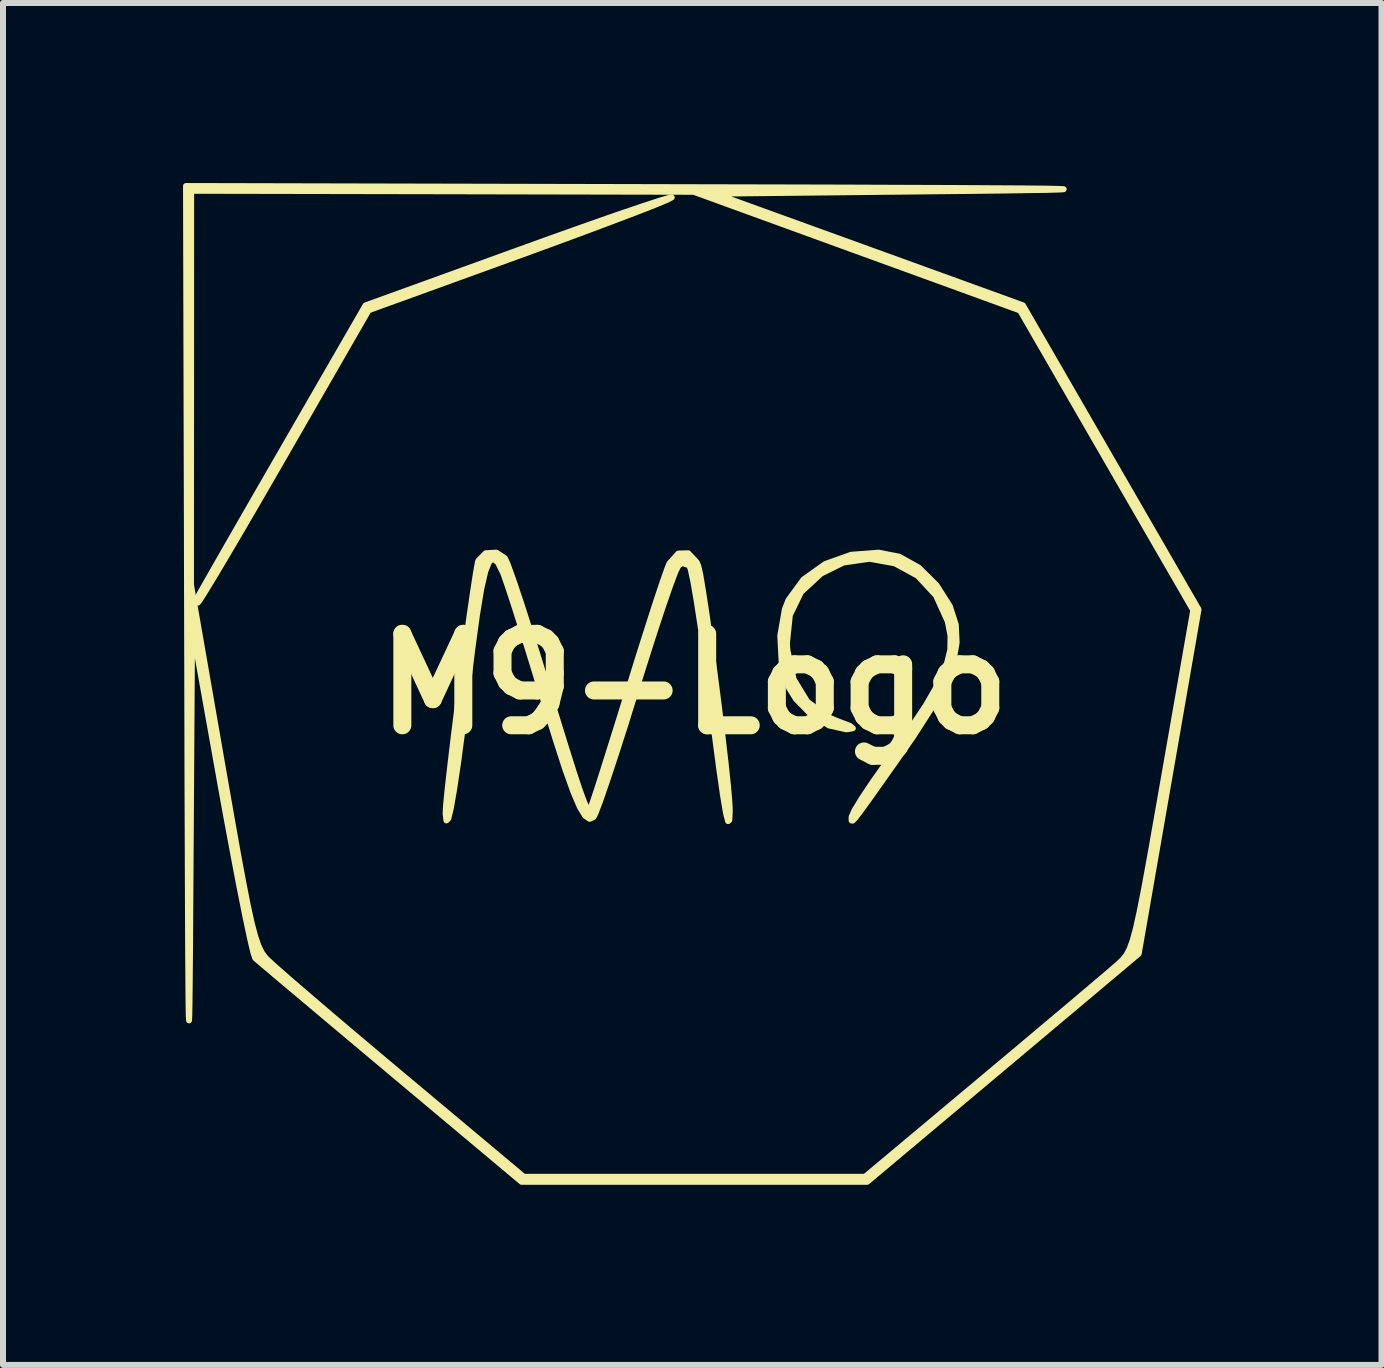
<source format=kicad_pcb>
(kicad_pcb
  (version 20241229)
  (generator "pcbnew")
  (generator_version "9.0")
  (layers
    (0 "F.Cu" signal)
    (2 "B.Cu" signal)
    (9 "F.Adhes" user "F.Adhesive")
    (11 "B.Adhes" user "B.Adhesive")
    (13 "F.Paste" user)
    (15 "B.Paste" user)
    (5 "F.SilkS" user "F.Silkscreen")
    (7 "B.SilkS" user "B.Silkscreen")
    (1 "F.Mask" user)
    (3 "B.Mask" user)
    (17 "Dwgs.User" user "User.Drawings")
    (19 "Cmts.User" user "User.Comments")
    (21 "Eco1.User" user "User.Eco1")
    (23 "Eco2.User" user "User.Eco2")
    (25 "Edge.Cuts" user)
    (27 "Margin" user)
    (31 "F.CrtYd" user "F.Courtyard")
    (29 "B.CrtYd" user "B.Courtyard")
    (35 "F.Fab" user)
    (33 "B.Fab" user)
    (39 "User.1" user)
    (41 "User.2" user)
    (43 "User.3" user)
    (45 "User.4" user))
  (footprint "M9-Logo"
    (layer "F.Cu")
    (at 8.517 8.347)
    (property "Reference" "M9-Logo" (at 0 0 0) (layer "F.SilkS") (effects (font (size 1.524 1.524) (thickness 0.3))))
    (attr through_hole)
    (fp_poly (pts (xy -0.374 -8.107) (xy -0.442 -8.071) (xy -0.65 -7.984) (xy -0.981 -7.855) (xy -1.416 -7.69) (xy -1.935 -7.496) (xy -2.522 -7.28) (xy -2.882 -7.149) (xy -5.425 -6.227) (xy -6.827 -3.791) (xy -7.163 -3.209) (xy -7.472 -2.677) (xy -7.745 -2.212) (xy -7.971 -1.831) (xy -8.141 -1.551) (xy -8.243 -1.389) (xy -8.27 -1.355) (xy -8.287 -1.411) (xy -8.283 -1.422) (xy -8.236 -1.51) (xy -8.113 -1.726) (xy -7.927 -2.053) (xy -7.686 -2.473) (xy -7.401 -2.969) (xy -7.082 -3.523) (xy -6.865 -3.899) (xy -5.475 -6.308) (xy -2.942 -7.225) (xy -2.324 -7.448) (xy -1.758 -7.649) (xy -1.264 -7.822) (xy -0.86 -7.959) (xy -0.567 -8.055) (xy -0.402 -8.103) (xy -0.374 -8.107)) (stroke (width 0.1) (type solid)) (fill yes) (layer "F.SilkS"))
    (fp_poly (pts (xy 4.374 -0.686) (xy 4.32 -0.375) (xy 4.188 -0.027) (xy 3.968 0.382) (xy 3.649 0.879) (xy 3.429 1.194) (xy 3.131 1.616) (xy 2.917 1.918) (xy 2.773 2.117) (xy 2.686 2.231) (xy 2.641 2.278) (xy 2.625 2.276) (xy 2.624 2.241) (xy 2.625 2.215) (xy 2.672 2.109) (xy 2.799 1.9) (xy 2.987 1.62) (xy 3.163 1.371) (xy 3.562 0.81) (xy 3.862 0.357) (xy 4.073 -0.008) (xy 4.206 -0.309) (xy 4.269 -0.567) (xy 4.273 -0.804) (xy 4.227 -1.042) (xy 4.227 -1.042) (xy 4.03 -1.475) (xy 3.727 -1.801) (xy 3.348 -2.009) (xy 2.924 -2.086) (xy 2.487 -2.023) (xy 2.114 -1.839) (xy 1.781 -1.53) (xy 1.595 -1.148) (xy 1.546 -0.676) (xy 1.553 -0.568) (xy 1.658 -0.077) (xy 1.886 0.297) (xy 2.236 0.556) (xy 2.39 0.621) (xy 2.593 0.698) (xy 2.645 0.738) (xy 2.56 0.754) (xy 2.531 0.755) (xy 2.249 0.692) (xy 1.953 0.511) (xy 1.698 0.251) (xy 1.583 0.067) (xy 1.46 -0.339) (xy 1.436 -0.802) (xy 1.512 -1.242) (xy 1.572 -1.396) (xy 1.823 -1.74) (xy 2.186 -1.998) (xy 2.617 -2.152) (xy 3.074 -2.187) (xy 3.418 -2.12) (xy 3.742 -1.939) (xy 4.039 -1.645) (xy 4.262 -1.293) (xy 4.361 -0.984) (xy 4.374 -0.686)) (stroke (width 0.1) (type solid)) (fill yes) (layer "F.SilkS"))
    (fp_poly (pts (xy 8.405 -1.241) (xy 8.318 -0.737) (xy 8.318 -1.228) (xy 6.875 -3.725) (xy 5.433 -6.223) (xy 2.713 -7.212) (xy -0.007 -8.201) (xy -4.194 -8.21) (xy -8.382 -8.218) (xy -8.383 -4.935) (xy -8.385 -1.651) (xy -7.862 1.355) (xy -7.723 2.148) (xy -7.609 2.792) (xy -7.514 3.304) (xy -7.436 3.7) (xy -7.37 3.998) (xy -7.312 4.215) (xy -7.259 4.369) (xy -7.206 4.477) (xy -7.149 4.555) (xy -7.12 4.587) (xy -7.001 4.697) (xy -6.77 4.9) (xy -6.445 5.18) (xy -6.044 5.523) (xy -5.584 5.913) (xy -5.084 6.334) (xy -4.87 6.513) (xy -2.84 8.213) (xy 0.004 8.213) (xy 2.849 8.213) (xy 4.832 6.553) (xy 5.34 6.127) (xy 5.817 5.726) (xy 6.244 5.367) (xy 6.603 5.063) (xy 6.876 4.832) (xy 7.043 4.688) (xy 7.071 4.663) (xy 7.141 4.597) (xy 7.201 4.523) (xy 7.254 4.424) (xy 7.307 4.281) (xy 7.362 4.077) (xy 7.425 3.793) (xy 7.5 3.412) (xy 7.591 2.916) (xy 7.702 2.288) (xy 7.822 1.603) (xy 8.318 -1.228) (xy 8.318 -0.737) (xy 7.907 1.627) (xy 7.408 4.496) (xy 5.146 6.397) (xy 2.883 8.297) (xy 0.004 8.297) (xy -2.875 8.297) (xy -5.057 6.468) (xy -5.579 6.03) (xy -6.06 5.626) (xy -6.485 5.268) (xy -6.839 4.971) (xy -7.105 4.746) (xy -7.268 4.608) (xy -7.313 4.569) (xy -7.346 4.472) (xy -7.403 4.228) (xy -7.481 3.857) (xy -7.576 3.38) (xy -7.683 2.817) (xy -7.8 2.188) (xy -7.877 1.763) (xy -8.366 -0.974) (xy -8.396 3.683) (xy -8.4 4.369) (xy -8.405 4.905) (xy -8.409 5.291) (xy -8.413 5.526) (xy -8.417 5.606) (xy -8.421 5.531) (xy -8.425 5.298) (xy -8.428 4.907) (xy -8.432 4.356) (xy -8.435 3.642) (xy -8.438 2.765) (xy -8.442 1.722) (xy -8.445 0.513) (xy -8.446 0.021) (xy -8.467 -8.297) (xy 0.021 -8.277) (xy 1.339 -8.274) (xy 2.491 -8.271) (xy 3.48 -8.267) (xy 4.309 -8.264) (xy 4.981 -8.26) (xy 5.498 -8.257) (xy 5.865 -8.253) (xy 6.084 -8.248) (xy 6.158 -8.244) (xy 6.091 -8.239) (xy 5.885 -8.233) (xy 5.543 -8.228) (xy 5.069 -8.221) (xy 4.466 -8.214) (xy 4.425 -8.214) (xy 0.341 -8.17) (xy 2.91 -7.24) (xy 5.478 -6.309) (xy 6.942 -3.775) (xy 8.405 -1.241)) (stroke (width 0.1) (type solid)) (fill yes) (layer "F.SilkS"))
    (fp_poly (pts (xy 0.594 2.11) (xy 0.586 2.269) (xy 0.566 2.286) (xy 0.532 2.154) (xy 0.484 1.871) (xy 0.421 1.432) (xy 0.342 0.832) (xy 0.26 0.172) (xy 0.186 -0.403) (xy 0.114 -0.923) (xy 0.046 -1.365) (xy -0.012 -1.704) (xy -0.058 -1.917) (xy -0.081 -1.978) (xy -0.2 -2.016) (xy -0.264 -1.971) (xy -0.314 -1.867) (xy -0.405 -1.624) (xy -0.529 -1.265) (xy -0.678 -0.813) (xy -0.844 -0.292) (xy -0.975 0.128) (xy -1.148 0.685) (xy -1.31 1.189) (xy -1.452 1.618) (xy -1.566 1.948) (xy -1.645 2.156) (xy -1.677 2.219) (xy -1.742 2.247) (xy -1.816 2.196) (xy -1.903 2.053) (xy -2.01 1.803) (xy -2.143 1.433) (xy -2.306 0.929) (xy -2.508 0.278) (xy -2.54 0.169) (xy -2.703 -0.364) (xy -2.857 -0.86) (xy -2.993 -1.288) (xy -3.102 -1.62) (xy -3.174 -1.827) (xy -3.186 -1.857) (xy -3.269 -2.024) (xy -3.344 -2.089) (xy -3.413 -2.045) (xy -3.48 -1.879) (xy -3.548 -1.583) (xy -3.62 -1.146) (xy -3.7 -0.558) (xy -3.768 0) (xy -3.853 0.702) (xy -3.93 1.286) (xy -3.998 1.744) (xy -4.054 2.067) (xy -4.098 2.246) (xy -4.128 2.274) (xy -4.141 2.159) (xy -4.133 2.013) (xy -4.105 1.733) (xy -4.061 1.347) (xy -4.006 0.885) (xy -3.942 0.376) (xy -3.874 -0.151) (xy -3.806 -0.666) (xy -3.741 -1.14) (xy -3.682 -1.545) (xy -3.635 -1.85) (xy -3.603 -2.027) (xy -3.595 -2.053) (xy -3.473 -2.177) (xy -3.296 -2.188) (xy -3.153 -2.095) (xy -3.105 -1.987) (xy -3.016 -1.74) (xy -2.895 -1.381) (xy -2.751 -0.933) (xy -2.591 -0.423) (xy -2.513 -0.168) (xy -2.303 0.518) (xy -2.136 1.058) (xy -2.007 1.467) (xy -1.91 1.76) (xy -1.839 1.954) (xy -1.79 2.065) (xy -1.756 2.108) (xy -1.738 2.105) (xy -1.705 2.018) (xy -1.629 1.791) (xy -1.519 1.448) (xy -1.381 1.01) (xy -1.222 0.502) (xy -1.106 0.125) (xy -0.934 -0.431) (xy -0.772 -0.941) (xy -0.631 -1.38) (xy -0.516 -1.723) (xy -0.437 -1.945) (xy -0.409 -2.011) (xy -0.263 -2.172) (xy -0.099 -2.177) (xy 0.041 -2.029) (xy 0.068 -1.968) (xy 0.101 -1.826) (xy 0.148 -1.546) (xy 0.207 -1.159) (xy 0.272 -0.695) (xy 0.34 -0.185) (xy 0.408 0.341) (xy 0.47 0.852) (xy 0.524 1.317) (xy 0.565 1.707) (xy 0.589 1.991) (xy 0.594 2.11)) (stroke (width 0.1) (type solid)) (fill yes) (layer "F.SilkS")))
  (gr_rect
    (start -3 -3)
    (end 19.972 19.695)
    (stroke (width 0.1) (type default))
    (fill no)
    (layer "Edge.Cuts")))
</source>
